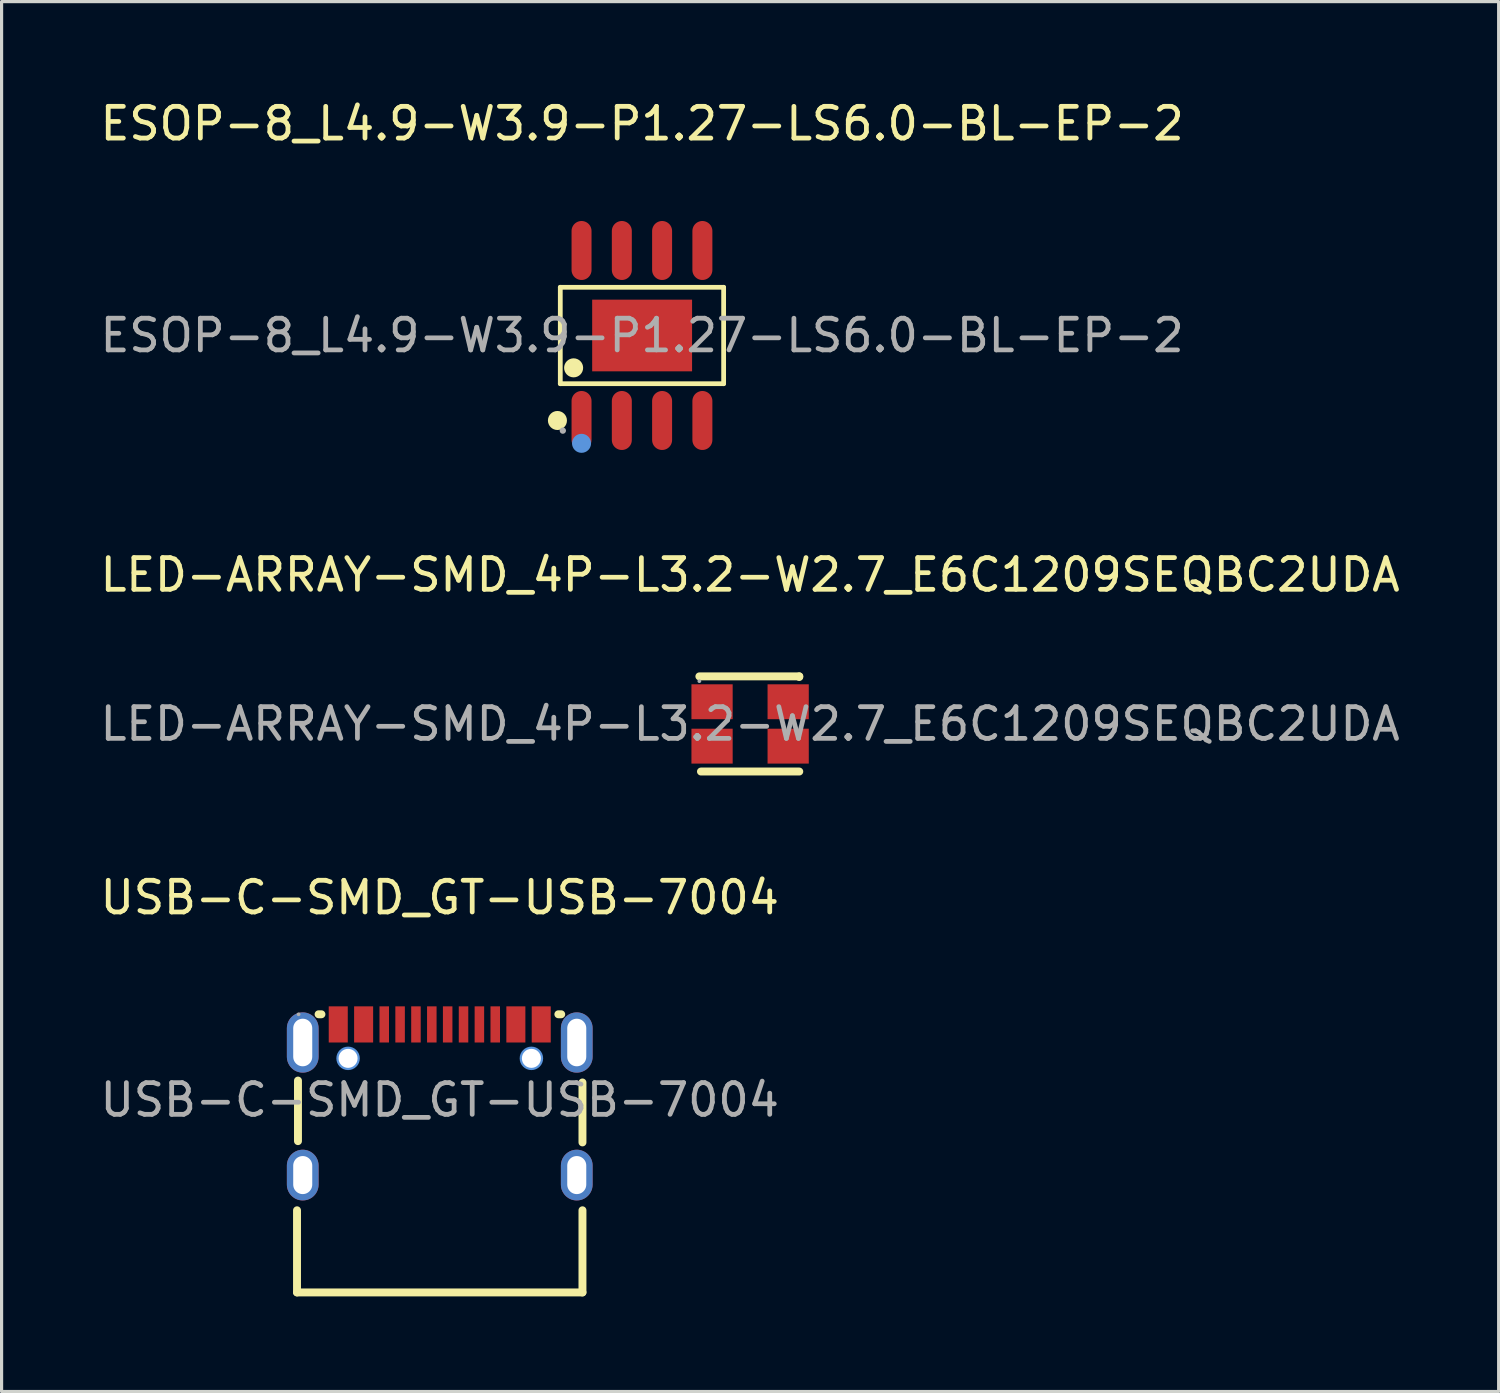
<source format=kicad_pcb>
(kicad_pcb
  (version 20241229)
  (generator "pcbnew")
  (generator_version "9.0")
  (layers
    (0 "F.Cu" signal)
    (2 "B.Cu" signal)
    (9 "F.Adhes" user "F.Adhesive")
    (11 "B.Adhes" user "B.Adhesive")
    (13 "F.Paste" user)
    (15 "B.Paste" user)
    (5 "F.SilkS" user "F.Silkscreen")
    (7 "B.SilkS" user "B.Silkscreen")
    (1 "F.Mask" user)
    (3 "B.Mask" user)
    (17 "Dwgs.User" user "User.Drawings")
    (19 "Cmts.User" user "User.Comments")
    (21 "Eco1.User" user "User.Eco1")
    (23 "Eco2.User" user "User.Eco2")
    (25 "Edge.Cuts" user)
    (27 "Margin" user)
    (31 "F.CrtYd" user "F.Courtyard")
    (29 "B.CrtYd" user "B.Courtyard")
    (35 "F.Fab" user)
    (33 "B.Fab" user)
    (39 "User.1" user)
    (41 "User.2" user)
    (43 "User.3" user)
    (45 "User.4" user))
  (footprint "LED-ARRAY-SMD_4P-L3.2-W2.7_E6C1209SEQBC2UDA"
    (layer "F.Cu")
    (at 20.601 19.776)
    (property "Reference" "LED-ARRAY-SMD_4P-L3.2-W2.7_E6C1209SEQBC2UDA" (at 0 -4.7 0) (layer "F.SilkS") (effects (font (size 1 1) (thickness 0.15))))
    (attr smd)
    (fp_line (start -1.6 -1.5) (end 1.55 -1.5) (stroke (width 0.25) (type solid)) (layer "F.SilkS"))
    (fp_line (start 1.55 -1.5) (end 1.55 -1.48) (stroke (width 0.25) (type solid)) (layer "F.SilkS"))
    (fp_line (start 1.55 1.5) (end -1.55 1.5) (stroke (width 0.25) (type solid)) (layer "F.SilkS"))
    (fp_circle (center -1.6 -1.35) (end -1.57 -1.35) (stroke (width 0.06) (type solid)) (fill no) (layer "F.Fab"))
    (fp_text user "${REFERENCE}" (at 0 0 0) (layer "F.Fab") (effects (font (size 1 1) (thickness 0.15))))
    (pad "1" smd rect (at -1.2 -0.7) (size 1.3 1.1) (layers "F.Cu" "F.Mask" "F.Paste"))
    (pad "2" smd rect (at 1.2 -0.7) (size 1.3 1.1) (layers "F.Cu" "F.Mask" "F.Paste"))
    (pad "3" smd rect (at -1.2 0.7) (size 1.3 1.1) (layers "F.Cu" "F.Mask" "F.Paste"))
    (pad "4" smd rect (at 1.2 0.7) (size 1.3 1.1) (layers "F.Cu" "F.Mask" "F.Paste")))
  (footprint "USB-C-SMD_GT-USB-7004"
    (layer "F.Cu")
    (at 10.815 31.63)
    (property "Reference" "USB-C-SMD_GT-USB-7004" (at 0 -6.38 0) (layer "F.SilkS") (effects (font (size 1 1) (thickness 0.15))))
    (attr smd)
    (fp_line (start -4.5 6.07) (end -4.5 3.48) (stroke (width 0.25) (type solid)) (layer "F.SilkS"))
    (fp_line (start -4.47 1.3) (end -4.47 -0.61) (stroke (width 0.25) (type solid)) (layer "F.SilkS"))
    (fp_line (start -3.73 -2.7) (end -3.82 -2.7) (stroke (width 0.25) (type solid)) (layer "F.SilkS"))
    (fp_line (start 3.83 -2.7) (end 3.74 -2.7) (stroke (width 0.25) (type solid)) (layer "F.SilkS"))
    (fp_line (start 4.5 1.34) (end 4.5 -0.55) (stroke (width 0.25) (type solid)) (layer "F.SilkS"))
    (fp_line (start 4.5 6.07) (end -4.5 6.07) (stroke (width 0.25) (type solid)) (layer "F.SilkS"))
    (fp_line (start 4.5 6.07) (end 4.5 3.48) (stroke (width 0.25) (type solid)) (layer "F.SilkS"))
    (fp_circle (center -2.89 -1.31) (end -2.77 -1.31) (stroke (width 0.25) (type solid)) (fill no) (layer "Cmts.User"))
    (fp_circle (center 2.89 -1.31) (end 3.01 -1.31) (stroke (width 0.25) (type solid)) (fill no) (layer "Cmts.User"))
    (fp_circle (center -4.45 -2.7) (end -4.42 -2.7) (stroke (width 0.06) (type solid)) (fill no) (layer "F.Fab"))
    (fp_text user "${REFERENCE}" (at 0 0 0) (layer "F.Fab") (effects (font (size 1 1) (thickness 0.15))))
    (pad "" thru_hole circle (at -2.89 -1.31) (size 0.6 0.6) (drill 0.6) (layers "*.Cu" "*.Mask"))
    (pad "" thru_hole circle (at 2.89 -1.31) (size 0.6 0.6) (drill 0.6) (layers "*.Cu" "*.Mask"))
    (pad "1" thru_hole oval (at -4.32 -1.81) (size 1 1.9) (drill oval 0.6 1.5) (layers "*.Cu" "*.Paste" "*.Mask"))
    (pad "2" thru_hole oval (at 4.32 -1.81) (size 1 1.9) (drill oval 0.6 1.5) (layers "*.Cu" "*.Paste" "*.Mask"))
    (pad "3" thru_hole oval (at 4.32 2.37) (size 1 1.6) (drill oval 0.6 1.2) (layers "*.Cu" "*.Paste" "*.Mask"))
    (pad "4" thru_hole oval (at -4.32 2.37) (size 1 1.6) (drill oval 0.6 1.2) (layers "*.Cu" "*.Paste" "*.Mask"))
    (pad "A1B12" smd rect (at -3.2 -2.38) (size 0.6 1.14) (layers "F.Cu" "F.Mask" "F.Paste"))
    (pad "A4B9" smd rect (at -2.4 -2.38) (size 0.6 1.14) (layers "F.Cu" "F.Mask" "F.Paste"))
    (pad "A5" smd rect (at -1.25 -2.38) (size 0.3 1.14) (layers "F.Cu" "F.Mask" "F.Paste"))
    (pad "A6" smd rect (at -0.25 -2.38) (size 0.3 1.14) (layers "F.Cu" "F.Mask" "F.Paste"))
    (pad "A7" smd rect (at 0.25 -2.38) (size 0.3 1.14) (layers "F.Cu" "F.Mask" "F.Paste"))
    (pad "A8" smd rect (at 1.25 -2.38) (size 0.3 1.14) (layers "F.Cu" "F.Mask" "F.Paste"))
    (pad "B1A12" smd rect (at 3.2 -2.38) (size 0.6 1.14) (layers "F.Cu" "F.Mask" "F.Paste"))
    (pad "B4A9" smd rect (at 2.4 -2.38) (size 0.6 1.14) (layers "F.Cu" "F.Mask" "F.Paste"))
    (pad "B5" smd rect (at 1.75 -2.38) (size 0.3 1.14) (layers "F.Cu" "F.Mask" "F.Paste"))
    (pad "B6" smd rect (at 0.75 -2.38) (size 0.3 1.14) (layers "F.Cu" "F.Mask" "F.Paste"))
    (pad "B7" smd rect (at -0.75 -2.38) (size 0.3 1.14) (layers "F.Cu" "F.Mask" "F.Paste"))
    (pad "B8" smd rect (at -1.75 -2.38) (size 0.3 1.14) (layers "F.Cu" "F.Mask" "F.Paste")))
  (footprint "ESOP-8_L4.9-W3.9-P1.27-LS6.0-BL-EP-2"
    (layer "F.Cu")
    (at 17.196 7.528)
    (property "Reference" "ESOP-8_L4.9-W3.9-P1.27-LS6.0-BL-EP-2" (at 0 -6.68 0) (layer "F.SilkS") (effects (font (size 1 1) (thickness 0.15))))
    (attr smd)
    (fp_line (start -2.58 -1.52) (end 2.57 -1.52) (stroke (width 0.15) (type solid)) (layer "F.SilkS"))
    (fp_line (start -2.58 1.52) (end -2.58 -1.52) (stroke (width 0.15) (type solid)) (layer "F.SilkS"))
    (fp_line (start 2.57 -1.52) (end 2.57 1.52) (stroke (width 0.15) (type solid)) (layer "F.SilkS"))
    (fp_line (start 2.57 1.52) (end -2.58 1.52) (stroke (width 0.15) (type solid)) (layer "F.SilkS"))
    (fp_circle (center -2.67 2.68) (end -2.52 2.68) (stroke (width 0.3) (type solid)) (fill no) (layer "F.SilkS"))
    (fp_circle (center -2.16 1.02) (end -2.01 1.02) (stroke (width 0.3) (type solid)) (fill no) (layer "F.SilkS"))
    (fp_circle (center -1.91 3.4) (end -1.76 3.4) (stroke (width 0.3) (type solid)) (fill no) (layer "Cmts.User"))
    (fp_circle (center -2.5 3) (end -2.45 3) (stroke (width 0.1) (type solid)) (fill no) (layer "F.Fab"))
    (fp_text user "${REFERENCE}" (at 0 0 0) (layer "F.Fab") (effects (font (size 1 1) (thickness 0.15))))
    (pad "1" smd oval (at -1.91 2.68) (size 0.63 1.86) (layers "F.Cu" "F.Mask" "F.Paste"))
    (pad "2" smd oval (at -0.64 2.68) (size 0.63 1.86) (layers "F.Cu" "F.Mask" "F.Paste"))
    (pad "3" smd oval (at 0.63 2.68) (size 0.63 1.86) (layers "F.Cu" "F.Mask" "F.Paste"))
    (pad "4" smd oval (at 1.9 2.68) (size 0.63 1.86) (layers "F.Cu" "F.Mask" "F.Paste"))
    (pad "5" smd oval (at 1.9 -2.68) (size 0.63 1.86) (layers "F.Cu" "F.Mask" "F.Paste"))
    (pad "6" smd oval (at 0.63 -2.68) (size 0.63 1.86) (layers "F.Cu" "F.Mask" "F.Paste"))
    (pad "7" smd oval (at -0.64 -2.68) (size 0.63 1.86) (layers "F.Cu" "F.Mask" "F.Paste"))
    (pad "8" smd oval (at -1.91 -2.68) (size 0.63 1.86) (layers "F.Cu" "F.Mask" "F.Paste"))
    (pad "9" smd rect (at 0 0) (size 3.15 2.26) (layers "F.Cu" "F.Mask" "F.Paste")))
  (gr_rect
    (start -3 -3)
    (end 44.202 40.825)
    (stroke (width 0.1) (type default))
    (fill no)
    (layer "Edge.Cuts")))
</source>
